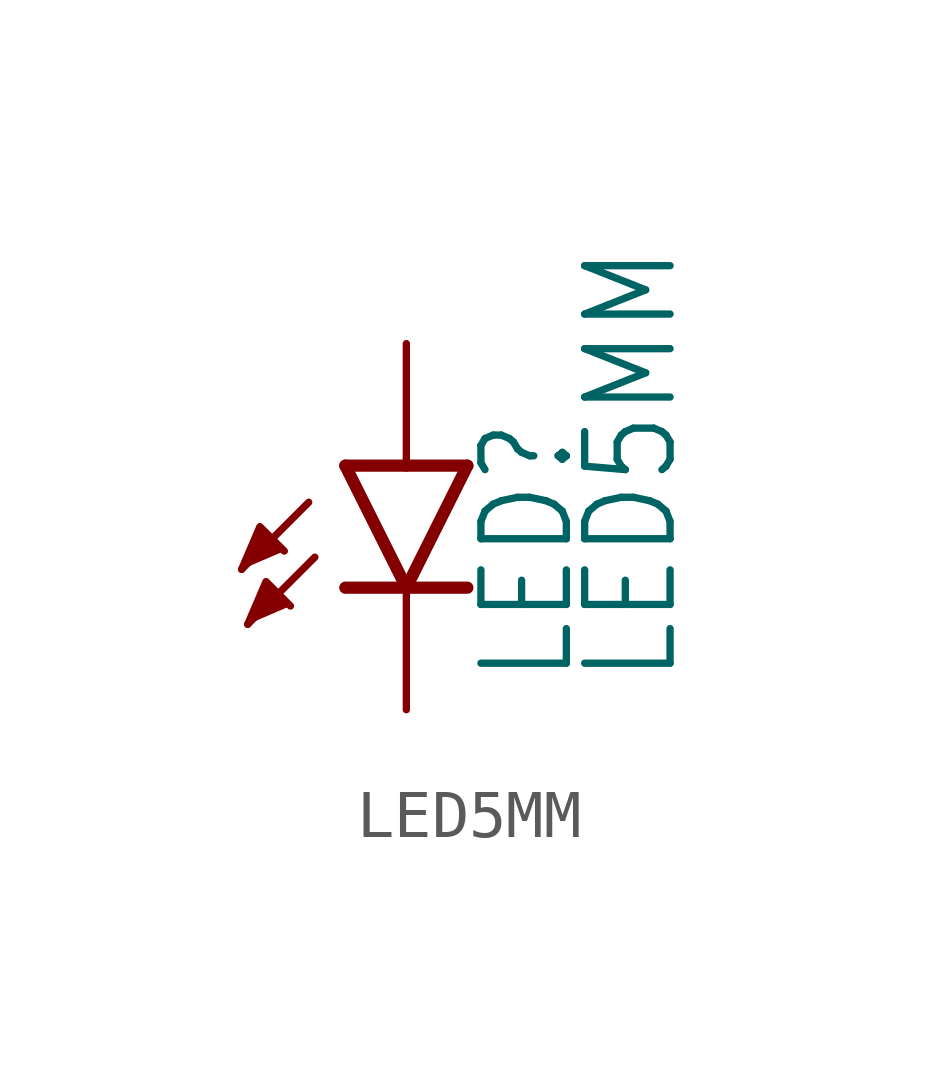
<source format=kicad_sym>
(kicad_symbol_lib
  (version 20200126)
  (host kicad_symbol_editor "(5.99.0-2281-g2f31bf278-dirty)")
  (symbol "LED5MM"
    (property "Reference" "LED"
      (at 3.556 -4.572 90)
      (effects (font (size 1.778 1.511)) (justify left bottom)))
    (property "Value" "LED5MM"
      (at 5.715 -4.572 90)
      (effects (font (size 1.778 1.511)) (justify left bottom)))
    (property "ki_locked" ""
      (at 0 0 0)
      (effects (font (size 1.27 1.27))))
    (symbol "LED5MM_1_0"
      (polyline (pts (xy 1.27 0) (xy 0 -2.54)) (stroke (width 0.254)) (fill (type none)))
      (polyline (pts (xy 0 -2.54) (xy -1.27 0)) (stroke (width 0.254)) (fill (type none)))
      (polyline (pts (xy 1.27 -2.54) (xy 0 -2.54)) (stroke (width 0.254)) (fill (type none)))
      (polyline (pts (xy 0 -2.54) (xy -1.27 -2.54)) (stroke (width 0.254)) (fill (type none)))
      (polyline (pts (xy 1.27 0) (xy 0 0)) (stroke (width 0.254)) (fill (type none)))
      (polyline (pts (xy 0 0) (xy -1.27 0)) (stroke (width 0.254)) (fill (type none)))
      (polyline (pts (xy -2.032 -0.762) (xy -3.429 -2.159)) (stroke (width 0.152)) (fill (type none)))
      (polyline (pts (xy -1.905 -1.905) (xy -3.302 -3.302)) (stroke (width 0.152)) (fill (type none)))
      (polyline (pts (xy -3.429 -2.159) (xy -3.048 -1.27) (xy -2.54 -1.778)) (stroke (width 0)) (fill (type outline)))
      (polyline (pts (xy -3.302 -3.302) (xy -2.921 -2.413) (xy -2.413 -2.921)) (stroke (width 0)) (fill (type outline)))
      (pin passive line (at 0 -5.08 90) (length 2.54) (name "C" (effects (font (size 0 0)))) (number "K" (effects (font (size 0 0)))))
      (pin passive line (at 0 2.54 270) (length 2.54) (name "A" (effects (font (size 0 0)))) (number "A" (effects (font (size 0 0))))))))
</source>
